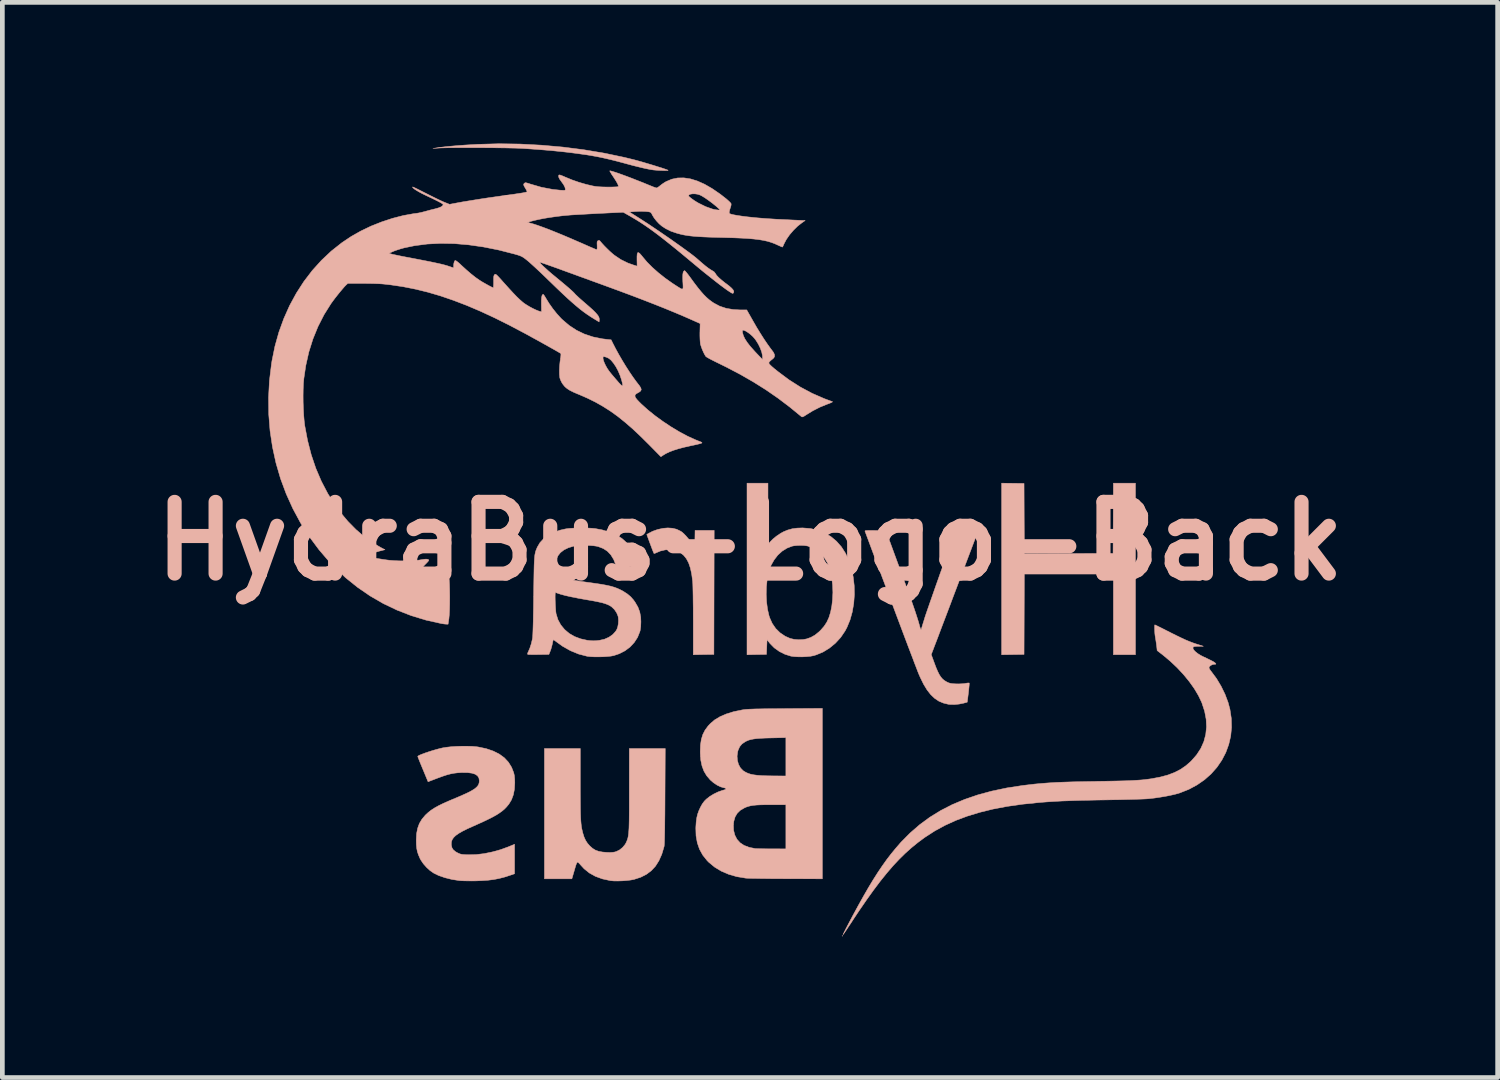
<source format=kicad_pcb>
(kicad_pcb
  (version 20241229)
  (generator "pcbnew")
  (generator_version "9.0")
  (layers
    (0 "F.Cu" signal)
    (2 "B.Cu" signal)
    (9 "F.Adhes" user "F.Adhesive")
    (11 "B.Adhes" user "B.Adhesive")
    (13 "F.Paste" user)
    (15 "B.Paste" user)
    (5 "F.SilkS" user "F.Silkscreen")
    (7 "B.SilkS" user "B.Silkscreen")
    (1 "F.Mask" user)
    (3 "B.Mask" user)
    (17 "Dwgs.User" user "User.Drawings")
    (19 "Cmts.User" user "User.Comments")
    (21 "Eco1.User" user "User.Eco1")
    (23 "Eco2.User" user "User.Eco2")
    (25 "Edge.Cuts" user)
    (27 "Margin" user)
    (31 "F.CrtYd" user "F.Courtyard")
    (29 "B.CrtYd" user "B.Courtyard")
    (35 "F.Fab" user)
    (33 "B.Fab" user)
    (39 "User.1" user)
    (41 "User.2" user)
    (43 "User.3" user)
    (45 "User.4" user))
  (footprint "HydraBus-Logo-Back"
    (layer "F.Cu")
    (at 12.889 8.45)
    (property "Reference" "HydraBus-Logo-Back" (at 0 0 0) (layer "B.SilkS") (effects (font (size 1.524 1.524) (thickness 0.3))))
    (attr through_hole)
    (fp_poly (pts (xy 1.968 8.388) (xy 1.962 8.395) (xy 1.956 8.388) (xy 1.962 8.382) (xy 1.968 8.388)) (stroke (width 0.01) (type solid)) (fill yes) (layer "B.SilkS"))
    (fp_poly (pts (xy 5.585 -1.229) (xy 5.823 -1.226) (xy 5.826 -0.479) (xy 5.83 0.267) (xy 6.772 0.264) (xy 7.715 0.26) (xy 7.719 -0.486) (xy 7.722 -1.232) (xy 8.191 -1.232) (xy 8.191 2.413) (xy 7.722 2.413) (xy 7.722 0.699) (xy 5.829 0.699) (xy 5.823 2.407) (xy 5.347 2.414) (xy 5.347 -1.232) (xy 5.585 -1.229)) (stroke (width 0.01) (type solid)) (fill yes) (layer "B.SilkS"))
    (fp_poly (pts (xy -1.646 -0.274) (xy -1.561 -0.253) (xy -1.482 -0.215) (xy -1.451 -0.196) (xy -1.408 -0.159) (xy -1.357 -0.106) (xy -1.304 -0.043) (xy -1.255 0.023) (xy -1.213 0.087) (xy -1.203 0.106) (xy -1.175 0.159) (xy -1.171 -0.035) (xy -1.168 -0.229) (xy -0.762 -0.229) (xy -0.768 2.407) (xy -0.987 2.41) (xy -1.206 2.414) (xy -1.206 1.697) (xy -1.207 1.554) (xy -1.207 1.416) (xy -1.209 1.286) (xy -1.21 1.168) (xy -1.212 1.064) (xy -1.214 0.976) (xy -1.216 0.907) (xy -1.219 0.86) (xy -1.22 0.849) (xy -1.24 0.698) (xy -1.268 0.57) (xy -1.305 0.462) (xy -1.352 0.373) (xy -1.41 0.301) (xy -1.48 0.245) (xy -1.534 0.214) (xy -1.614 0.188) (xy -1.706 0.179) (xy -1.805 0.186) (xy -1.903 0.209) (xy -1.985 0.243) (xy -2.016 0.257) (xy -2.037 0.263) (xy -2.041 0.262) (xy -2.047 0.249) (xy -2.061 0.216) (xy -2.08 0.167) (xy -2.103 0.106) (xy -2.121 0.058) (xy -2.194 -0.141) (xy -2.167 -0.159) (xy -2.072 -0.209) (xy -1.962 -0.248) (xy -1.846 -0.273) (xy -1.746 -0.281) (xy -1.646 -0.274)) (stroke (width 0.01) (type solid)) (fill yes) (layer "B.SilkS"))
    (fp_poly (pts (xy -4.888 -8.439) (xy -4.434 -8.415) (xy -3.981 -8.375) (xy -3.534 -8.318) (xy -3.096 -8.245) (xy -2.673 -8.156) (xy -2.457 -8.103) (xy -2.387 -8.084) (xy -2.308 -8.062) (xy -2.223 -8.037) (xy -2.136 -8.011) (xy -2.049 -7.985) (xy -1.967 -7.959) (xy -1.892 -7.936) (xy -1.829 -7.915) (xy -1.78 -7.898) (xy -1.749 -7.886) (xy -1.74 -7.88) (xy -1.752 -7.877) (xy -1.783 -7.875) (xy -1.829 -7.875) (xy -1.883 -7.877) (xy -1.94 -7.879) (xy -1.995 -7.883) (xy -2.042 -7.887) (xy -2.045 -7.887) (xy -2.107 -7.896) (xy -2.179 -7.91) (xy -2.263 -7.928) (xy -2.363 -7.952) (xy -2.481 -7.981) (xy -2.619 -8.018) (xy -2.669 -8.032) (xy -2.819 -8.072) (xy -2.95 -8.105) (xy -3.068 -8.133) (xy -3.178 -8.157) (xy -3.287 -8.178) (xy -3.399 -8.198) (xy -3.473 -8.21) (xy -3.71 -8.243) (xy -3.958 -8.273) (xy -4.22 -8.3) (xy -4.501 -8.323) (xy -4.803 -8.344) (xy -4.839 -8.346) (xy -4.902 -8.349) (xy -4.987 -8.352) (xy -5.09 -8.354) (xy -5.207 -8.357) (xy -5.336 -8.358) (xy -5.473 -8.36) (xy -5.615 -8.361) (xy -5.76 -8.362) (xy -5.904 -8.362) (xy -6.043 -8.362) (xy -6.175 -8.362) (xy -6.297 -8.361) (xy -6.406 -8.36) (xy -6.497 -8.358) (xy -6.569 -8.356) (xy -6.61 -8.354) (xy -6.737 -8.346) (xy -6.623 -8.363) (xy -6.54 -8.374) (xy -6.436 -8.386) (xy -6.316 -8.397) (xy -6.185 -8.408) (xy -6.047 -8.418) (xy -5.907 -8.426) (xy -5.785 -8.433) (xy -5.34 -8.445) (xy -4.888 -8.439)) (stroke (width 0.01) (type solid)) (fill yes) (layer "B.SilkS"))
    (fp_poly (pts (xy -3.607 5.147) (xy -3.607 5.32) (xy -3.606 5.47) (xy -3.605 5.599) (xy -3.604 5.71) (xy -3.602 5.803) (xy -3.599 5.883) (xy -3.595 5.95) (xy -3.59 6.008) (xy -3.584 6.058) (xy -3.577 6.102) (xy -3.568 6.143) (xy -3.558 6.184) (xy -3.556 6.195) (xy -3.528 6.285) (xy -3.496 6.356) (xy -3.457 6.417) (xy -3.407 6.475) (xy -3.404 6.478) (xy -3.345 6.53) (xy -3.285 6.567) (xy -3.216 6.592) (xy -3.134 6.607) (xy -3.046 6.614) (xy -2.975 6.616) (xy -2.922 6.613) (xy -2.879 6.607) (xy -2.843 6.597) (xy -2.772 6.562) (xy -2.707 6.509) (xy -2.653 6.444) (xy -2.629 6.399) (xy -2.617 6.371) (xy -2.607 6.344) (xy -2.598 6.316) (xy -2.591 6.286) (xy -2.585 6.251) (xy -2.58 6.209) (xy -2.576 6.159) (xy -2.572 6.098) (xy -2.57 6.025) (xy -2.568 5.937) (xy -2.567 5.833) (xy -2.566 5.711) (xy -2.566 5.568) (xy -2.566 5.403) (xy -2.566 5.286) (xy -2.565 4.407) (xy -1.802 4.407) (xy -1.807 5.42) (xy -1.808 5.621) (xy -1.809 5.799) (xy -1.811 5.953) (xy -1.812 6.086) (xy -1.814 6.198) (xy -1.816 6.29) (xy -1.818 6.365) (xy -1.82 6.422) (xy -1.823 6.463) (xy -1.826 6.489) (xy -1.828 6.496) (xy -1.875 6.654) (xy -1.936 6.791) (xy -2.009 6.907) (xy -2.098 7.003) (xy -2.202 7.081) (xy -2.322 7.142) (xy -2.46 7.187) (xy -2.466 7.189) (xy -2.536 7.202) (xy -2.621 7.212) (xy -2.714 7.219) (xy -2.808 7.222) (xy -2.894 7.221) (xy -2.964 7.215) (xy -2.974 7.213) (xy -3.139 7.177) (xy -3.287 7.123) (xy -3.416 7.051) (xy -3.527 6.961) (xy -3.595 6.887) (xy -3.625 6.853) (xy -3.65 6.829) (xy -3.666 6.82) (xy -3.677 6.831) (xy -3.692 6.862) (xy -3.707 6.906) (xy -3.708 6.909) (xy -3.726 6.971) (xy -3.746 7.04) (xy -3.76 7.087) (xy -3.786 7.176) (xy -4.369 7.176) (xy -4.369 4.407) (xy -3.607 4.407) (xy -3.607 5.147)) (stroke (width 0.01) (type solid)) (fill yes) (layer "B.SilkS"))
    (fp_poly (pts (xy 0.381 -0.581) (xy 0.381 0.07) (xy 0.427 0.016) (xy 0.487 -0.045) (xy 0.563 -0.107) (xy 0.648 -0.164) (xy 0.711 -0.199) (xy 0.803 -0.237) (xy 0.897 -0.263) (xy 1 -0.277) (xy 1.117 -0.281) (xy 1.283 -0.268) (xy 1.44 -0.233) (xy 1.585 -0.176) (xy 1.718 -0.097) (xy 1.837 0.002) (xy 1.942 0.121) (xy 2.03 0.259) (xy 2.095 0.399) (xy 2.153 0.574) (xy 2.192 0.757) (xy 2.214 0.945) (xy 2.218 1.135) (xy 2.204 1.323) (xy 2.173 1.504) (xy 2.125 1.675) (xy 2.06 1.833) (xy 2.019 1.91) (xy 1.926 2.047) (xy 1.815 2.168) (xy 1.69 2.271) (xy 1.554 2.355) (xy 1.408 2.416) (xy 1.353 2.433) (xy 1.286 2.446) (xy 1.203 2.454) (xy 1.112 2.459) (xy 1.02 2.458) (xy 0.937 2.453) (xy 0.87 2.444) (xy 0.742 2.404) (xy 0.622 2.344) (xy 0.515 2.267) (xy 0.426 2.177) (xy 0.412 2.159) (xy 0.362 2.094) (xy 0.349 2.407) (xy 0.143 2.41) (xy -0.064 2.414) (xy -0.064 1.133) (xy 0.344 1.133) (xy 0.352 1.294) (xy 0.372 1.448) (xy 0.404 1.587) (xy 0.419 1.631) (xy 0.473 1.751) (xy 0.547 1.858) (xy 0.639 1.948) (xy 0.745 2.02) (xy 0.851 2.067) (xy 0.936 2.087) (xy 1.032 2.095) (xy 1.128 2.091) (xy 1.2 2.078) (xy 1.294 2.045) (xy 1.382 1.995) (xy 1.468 1.925) (xy 1.5 1.894) (xy 1.573 1.811) (xy 1.631 1.723) (xy 1.677 1.623) (xy 1.712 1.51) (xy 1.738 1.38) (xy 1.753 1.249) (xy 1.761 1.09) (xy 1.755 0.932) (xy 1.736 0.778) (xy 1.706 0.636) (xy 1.665 0.509) (xy 1.642 0.458) (xy 1.585 0.362) (xy 1.51 0.275) (xy 1.423 0.201) (xy 1.328 0.143) (xy 1.231 0.106) (xy 1.218 0.102) (xy 1.157 0.093) (xy 1.082 0.09) (xy 1.004 0.092) (xy 0.933 0.099) (xy 0.893 0.107) (xy 0.784 0.149) (xy 0.682 0.213) (xy 0.59 0.297) (xy 0.512 0.398) (xy 0.447 0.513) (xy 0.401 0.641) (xy 0.395 0.663) (xy 0.365 0.811) (xy 0.348 0.97) (xy 0.344 1.133) (xy -0.064 1.133) (xy -0.064 -1.232) (xy 0.381 -1.232) (xy 0.381 -0.581)) (stroke (width 0.01) (type solid)) (fill yes) (layer "B.SilkS"))
    (fp_poly (pts (xy 2.592 -0.227) (xy 2.661 -0.226) (xy 2.886 -0.222) (xy 3.17 0.552) (xy 3.24 0.744) (xy 3.302 0.913) (xy 3.357 1.063) (xy 3.404 1.194) (xy 3.445 1.309) (xy 3.48 1.41) (xy 3.51 1.498) (xy 3.535 1.575) (xy 3.557 1.643) (xy 3.576 1.704) (xy 3.592 1.76) (xy 3.6 1.789) (xy 3.613 1.835) (xy 3.625 1.867) (xy 3.634 1.881) (xy 3.636 1.88) (xy 3.642 1.862) (xy 3.654 1.824) (xy 3.67 1.77) (xy 3.69 1.706) (xy 3.707 1.651) (xy 3.718 1.614) (xy 3.737 1.557) (xy 3.762 1.484) (xy 3.793 1.395) (xy 3.828 1.294) (xy 3.867 1.183) (xy 3.909 1.063) (xy 3.953 0.937) (xy 3.999 0.808) (xy 4.045 0.677) (xy 4.092 0.547) (xy 4.137 0.42) (xy 4.181 0.298) (xy 4.222 0.184) (xy 4.259 0.079) (xy 4.293 -0.014) (xy 4.322 -0.092) (xy 4.345 -0.155) (xy 4.362 -0.198) (xy 4.371 -0.221) (xy 4.372 -0.224) (xy 4.386 -0.225) (xy 4.421 -0.226) (xy 4.474 -0.227) (xy 4.539 -0.227) (xy 4.614 -0.226) (xy 4.849 -0.222) (xy 4.38 1.016) (xy 4.315 1.187) (xy 4.253 1.353) (xy 4.193 1.511) (xy 4.136 1.661) (xy 4.083 1.8) (xy 4.035 1.927) (xy 3.993 2.039) (xy 3.956 2.136) (xy 3.925 2.216) (xy 3.902 2.277) (xy 3.887 2.317) (xy 3.881 2.332) (xy 3.851 2.41) (xy 3.911 2.574) (xy 3.951 2.681) (xy 3.987 2.766) (xy 4.021 2.834) (xy 4.055 2.887) (xy 4.091 2.929) (xy 4.131 2.962) (xy 4.177 2.99) (xy 4.185 2.994) (xy 4.221 3.011) (xy 4.259 3.022) (xy 4.305 3.029) (xy 4.369 3.033) (xy 4.373 3.033) (xy 4.439 3.034) (xy 4.505 3.031) (xy 4.56 3.026) (xy 4.574 3.023) (xy 4.615 3.016) (xy 4.646 3.014) (xy 4.658 3.015) (xy 4.659 3.029) (xy 4.657 3.065) (xy 4.652 3.116) (xy 4.646 3.179) (xy 4.641 3.222) (xy 4.616 3.422) (xy 4.539 3.443) (xy 4.446 3.462) (xy 4.348 3.472) (xy 4.257 3.471) (xy 4.216 3.467) (xy 4.11 3.441) (xy 4.012 3.4) (xy 3.923 3.34) (xy 3.84 3.261) (xy 3.762 3.161) (xy 3.688 3.039) (xy 3.617 2.894) (xy 3.596 2.846) (xy 3.583 2.816) (xy 3.562 2.763) (xy 3.534 2.689) (xy 3.498 2.597) (xy 3.457 2.487) (xy 3.409 2.362) (xy 3.356 2.223) (xy 3.299 2.072) (xy 3.238 1.91) (xy 3.174 1.739) (xy 3.107 1.561) (xy 3.038 1.377) (xy 2.993 1.257) (xy 2.924 1.074) (xy 2.858 0.897) (xy 2.794 0.727) (xy 2.735 0.567) (xy 2.679 0.418) (xy 2.627 0.282) (xy 2.581 0.159) (xy 2.541 0.051) (xy 2.507 -0.04) (xy 2.48 -0.113) (xy 2.46 -0.166) (xy 2.448 -0.198) (xy 2.444 -0.207) (xy 2.443 -0.215) (xy 2.447 -0.22) (xy 2.461 -0.224) (xy 2.487 -0.226) (xy 2.53 -0.227) (xy 2.592 -0.227)) (stroke (width 0.01) (type solid)) (fill yes) (layer "B.SilkS"))
    (fp_poly (pts (xy -5.905 4.361) (xy -5.815 4.369) (xy -5.777 4.374) (xy -5.606 4.41) (xy -5.457 4.461) (xy -5.329 4.525) (xy -5.221 4.604) (xy -5.134 4.698) (xy -5.067 4.806) (xy -5.022 4.921) (xy -5.008 4.983) (xy -5.001 5.058) (xy -4.999 5.137) (xy -5.007 5.273) (xy -5.03 5.391) (xy -5.069 5.496) (xy -5.126 5.59) (xy -5.178 5.652) (xy -5.221 5.696) (xy -5.27 5.737) (xy -5.327 5.778) (xy -5.394 5.821) (xy -5.474 5.865) (xy -5.569 5.913) (xy -5.682 5.967) (xy -5.816 6.027) (xy -5.885 6.058) (xy -6.01 6.114) (xy -6.112 6.165) (xy -6.193 6.212) (xy -6.255 6.256) (xy -6.3 6.3) (xy -6.329 6.343) (xy -6.345 6.389) (xy -6.348 6.439) (xy -6.347 6.461) (xy -6.334 6.516) (xy -6.306 6.56) (xy -6.261 6.598) (xy -6.217 6.623) (xy -6.183 6.639) (xy -6.153 6.65) (xy -6.12 6.657) (xy -6.078 6.661) (xy -6.02 6.664) (xy -5.98 6.665) (xy -5.823 6.661) (xy -5.653 6.641) (xy -5.477 6.605) (xy -5.3 6.556) (xy -5.127 6.493) (xy -5.124 6.491) (xy -5.004 6.442) (xy -5.004 7.068) (xy -5.102 7.102) (xy -5.22 7.14) (xy -5.333 7.169) (xy -5.447 7.191) (xy -5.568 7.206) (xy -5.703 7.215) (xy -5.829 7.22) (xy -5.914 7.221) (xy -5.998 7.22) (xy -6.075 7.219) (xy -6.139 7.216) (xy -6.179 7.213) (xy -6.335 7.189) (xy -6.483 7.152) (xy -6.617 7.106) (xy -6.718 7.057) (xy -6.796 7.004) (xy -6.872 6.935) (xy -6.941 6.857) (xy -6.996 6.776) (xy -7.013 6.744) (xy -7.046 6.668) (xy -7.069 6.6) (xy -7.083 6.53) (xy -7.091 6.451) (xy -7.093 6.355) (xy -7.093 6.35) (xy -7.086 6.217) (xy -7.064 6.103) (xy -7.027 6.001) (xy -6.973 5.91) (xy -6.9 5.823) (xy -6.899 5.822) (xy -6.842 5.769) (xy -6.779 5.719) (xy -6.706 5.671) (xy -6.62 5.623) (xy -6.518 5.573) (xy -6.396 5.519) (xy -6.323 5.488) (xy -6.189 5.432) (xy -6.078 5.383) (xy -5.987 5.341) (xy -5.914 5.302) (xy -5.857 5.267) (xy -5.815 5.233) (xy -5.785 5.2) (xy -5.766 5.167) (xy -5.756 5.131) (xy -5.753 5.091) (xy -5.753 5.089) (xy -5.762 5.032) (xy -5.791 4.987) (xy -5.84 4.953) (xy -5.909 4.931) (xy -6.001 4.919) (xy -6.114 4.918) (xy -6.133 4.918) (xy -6.215 4.923) (xy -6.29 4.932) (xy -6.363 4.946) (xy -6.439 4.966) (xy -6.525 4.994) (xy -6.627 5.031) (xy -6.669 5.047) (xy -6.842 5.113) (xy -6.951 4.85) (xy -6.983 4.773) (xy -7.011 4.705) (xy -7.034 4.647) (xy -7.051 4.604) (xy -7.06 4.579) (xy -7.061 4.575) (xy -7.05 4.563) (xy -7.017 4.546) (xy -6.968 4.526) (xy -6.905 4.502) (xy -6.833 4.478) (xy -6.755 4.453) (xy -6.676 4.43) (xy -6.598 4.409) (xy -6.53 4.393) (xy -6.449 4.38) (xy -6.35 4.369) (xy -6.24 4.362) (xy -6.124 4.358) (xy -6.01 4.358) (xy -5.905 4.361)) (stroke (width 0.01) (type solid)) (fill yes) (layer "B.SilkS"))
    (fp_poly (pts (xy 1.537 7.176) (xy 0.772 7.174) (xy 0.631 7.173) (xy 0.495 7.173) (xy 0.367 7.171) (xy 0.25 7.17) (xy 0.144 7.168) (xy 0.054 7.167) (xy -0.017 7.165) (xy -0.069 7.163) (xy -0.095 7.161) (xy -0.281 7.13) (xy -0.454 7.08) (xy -0.612 7.012) (xy -0.754 6.926) (xy -0.878 6.823) (xy -0.913 6.787) (xy -1.004 6.673) (xy -1.073 6.548) (xy -1.12 6.412) (xy -1.147 6.263) (xy -1.152 6.099) (xy -1.151 6.071) (xy -1.148 6.028) (xy -0.353 6.028) (xy -0.349 6.144) (xy -0.323 6.247) (xy -0.278 6.335) (xy -0.212 6.409) (xy -0.128 6.465) (xy -0.027 6.504) (xy 0.013 6.514) (xy 0.056 6.522) (xy 0.093 6.53) (xy 0.108 6.533) (xy 0.127 6.534) (xy 0.168 6.535) (xy 0.227 6.537) (xy 0.3 6.538) (xy 0.383 6.539) (xy 0.448 6.539) (xy 0.762 6.54) (xy 0.762 5.601) (xy 0.441 5.601) (xy 0.319 5.602) (xy 0.219 5.604) (xy 0.137 5.608) (xy 0.069 5.615) (xy 0.012 5.624) (xy -0.038 5.637) (xy -0.085 5.653) (xy -0.12 5.669) (xy -0.206 5.719) (xy -0.271 5.782) (xy -0.317 5.859) (xy -0.344 5.952) (xy -0.353 6.028) (xy -1.148 6.028) (xy -1.144 5.967) (xy -1.132 5.88) (xy -1.114 5.803) (xy -1.087 5.728) (xy -1.054 5.656) (xy -1.014 5.584) (xy -0.97 5.525) (xy -0.927 5.482) (xy -0.856 5.426) (xy -0.771 5.374) (xy -0.68 5.33) (xy -0.593 5.299) (xy -0.575 5.294) (xy -0.531 5.281) (xy -0.511 5.267) (xy -0.515 5.254) (xy -0.543 5.243) (xy -0.556 5.241) (xy -0.625 5.221) (xy -0.701 5.184) (xy -0.776 5.134) (xy -0.843 5.076) (xy -0.845 5.074) (xy -0.921 4.985) (xy -0.979 4.888) (xy -1.02 4.779) (xy -1.046 4.657) (xy -1.053 4.568) (xy -0.275 4.568) (xy -0.268 4.66) (xy -0.244 4.746) (xy -0.203 4.82) (xy -0.147 4.878) (xy -0.134 4.886) (xy -0.09 4.913) (xy -0.041 4.935) (xy 0.014 4.953) (xy 0.078 4.966) (xy 0.156 4.976) (xy 0.249 4.983) (xy 0.361 4.987) (xy 0.495 4.989) (xy 0.511 4.989) (xy 0.762 4.991) (xy 0.762 4.175) (xy 0.448 4.182) (xy 0.325 4.185) (xy 0.224 4.19) (xy 0.141 4.196) (xy 0.073 4.205) (xy 0.017 4.216) (xy -0.032 4.23) (xy -0.076 4.249) (xy -0.104 4.263) (xy -0.171 4.31) (xy -0.219 4.367) (xy -0.252 4.44) (xy -0.262 4.474) (xy -0.275 4.568) (xy -1.053 4.568) (xy -1.057 4.516) (xy -1.058 4.47) (xy -1.053 4.333) (xy -1.035 4.214) (xy -1.003 4.109) (xy -0.955 4.015) (xy -0.89 3.927) (xy -0.846 3.88) (xy -0.752 3.799) (xy -0.639 3.731) (xy -0.506 3.673) (xy -0.351 3.625) (xy -0.175 3.588) (xy -0.163 3.586) (xy -0.132 3.581) (xy -0.098 3.577) (xy -0.059 3.574) (xy -0.012 3.571) (xy 0.045 3.569) (xy 0.114 3.566) (xy 0.196 3.565) (xy 0.295 3.563) (xy 0.412 3.562) (xy 0.55 3.561) (xy 0.711 3.56) (xy 0.752 3.559) (xy 1.537 3.554) (xy 1.537 7.176)) (stroke (width 0.01) (type solid)) (fill yes) (layer "B.SilkS"))
    (fp_poly (pts (xy 8.616 1.784) (xy 8.648 1.799) (xy 8.698 1.824) (xy 8.761 1.855) (xy 8.835 1.893) (xy 8.918 1.934) (xy 8.944 1.948) (xy 9.065 2.008) (xy 9.168 2.058) (xy 9.257 2.099) (xy 9.336 2.132) (xy 9.409 2.16) (xy 9.455 2.176) (xy 9.633 2.234) (xy 9.542 2.235) (xy 9.494 2.236) (xy 9.454 2.239) (xy 9.431 2.243) (xy 9.431 2.243) (xy 9.413 2.259) (xy 9.415 2.285) (xy 9.434 2.317) (xy 9.47 2.354) (xy 9.519 2.392) (xy 9.579 2.429) (xy 9.626 2.453) (xy 9.709 2.492) (xy 9.772 2.523) (xy 9.818 2.546) (xy 9.851 2.564) (xy 9.872 2.578) (xy 9.886 2.59) (xy 9.889 2.593) (xy 9.901 2.608) (xy 9.896 2.615) (xy 9.87 2.616) (xy 9.865 2.616) (xy 9.825 2.624) (xy 9.788 2.643) (xy 9.761 2.668) (xy 9.754 2.69) (xy 9.761 2.711) (xy 9.781 2.743) (xy 9.805 2.774) (xy 9.914 2.921) (xy 10.011 3.083) (xy 10.094 3.253) (xy 10.159 3.426) (xy 10.199 3.575) (xy 10.228 3.768) (xy 10.233 3.958) (xy 10.215 4.143) (xy 10.173 4.322) (xy 10.11 4.494) (xy 10.026 4.655) (xy 9.922 4.807) (xy 9.799 4.946) (xy 9.658 5.071) (xy 9.499 5.181) (xy 9.324 5.275) (xy 9.134 5.35) (xy 9.125 5.353) (xy 9.045 5.376) (xy 8.946 5.399) (xy 8.833 5.422) (xy 8.713 5.442) (xy 8.591 5.46) (xy 8.474 5.473) (xy 8.465 5.474) (xy 8.426 5.477) (xy 8.365 5.48) (xy 8.284 5.483) (xy 8.186 5.486) (xy 8.073 5.489) (xy 7.95 5.492) (xy 7.818 5.495) (xy 7.68 5.497) (xy 7.576 5.499) (xy 7.373 5.502) (xy 7.193 5.506) (xy 7.032 5.509) (xy 6.888 5.513) (xy 6.758 5.518) (xy 6.639 5.522) (xy 6.527 5.528) (xy 6.42 5.534) (xy 6.315 5.541) (xy 6.209 5.549) (xy 6.128 5.556) (xy 5.785 5.591) (xy 5.464 5.637) (xy 5.163 5.694) (xy 4.883 5.763) (xy 4.62 5.843) (xy 4.373 5.935) (xy 4.143 6.04) (xy 3.926 6.158) (xy 3.722 6.29) (xy 3.705 6.302) (xy 3.566 6.405) (xy 3.431 6.515) (xy 3.299 6.633) (xy 3.168 6.762) (xy 3.037 6.902) (xy 2.904 7.057) (xy 2.768 7.226) (xy 2.627 7.413) (xy 2.48 7.618) (xy 2.325 7.843) (xy 2.203 8.026) (xy 2.15 8.108) (xy 2.1 8.182) (xy 2.057 8.248) (xy 2.021 8.301) (xy 1.995 8.339) (xy 1.98 8.36) (xy 1.978 8.363) (xy 1.979 8.357) (xy 1.99 8.332) (xy 2.01 8.292) (xy 2.036 8.24) (xy 2.051 8.211) (xy 2.179 7.968) (xy 2.299 7.747) (xy 2.411 7.546) (xy 2.517 7.362) (xy 2.618 7.195) (xy 2.716 7.041) (xy 2.811 6.9) (xy 2.904 6.769) (xy 2.998 6.647) (xy 3.093 6.531) (xy 3.19 6.419) (xy 3.212 6.394) (xy 3.402 6.202) (xy 3.604 6.027) (xy 3.82 5.868) (xy 4.05 5.726) (xy 4.297 5.599) (xy 4.559 5.489) (xy 4.839 5.393) (xy 5.137 5.312) (xy 5.455 5.245) (xy 5.792 5.193) (xy 6.045 5.163) (xy 6.142 5.154) (xy 6.235 5.146) (xy 6.326 5.139) (xy 6.419 5.133) (xy 6.517 5.127) (xy 6.622 5.123) (xy 6.738 5.119) (xy 6.867 5.115) (xy 7.013 5.112) (xy 7.178 5.109) (xy 7.365 5.106) (xy 7.372 5.105) (xy 7.556 5.102) (xy 7.716 5.099) (xy 7.856 5.096) (xy 7.977 5.093) (xy 8.083 5.089) (xy 8.175 5.084) (xy 8.256 5.079) (xy 8.328 5.074) (xy 8.394 5.067) (xy 8.456 5.059) (xy 8.517 5.051) (xy 8.541 5.047) (xy 8.72 5.013) (xy 8.879 4.97) (xy 9.019 4.917) (xy 9.145 4.853) (xy 9.259 4.775) (xy 9.364 4.684) (xy 9.38 4.668) (xy 9.492 4.54) (xy 9.581 4.403) (xy 9.645 4.258) (xy 9.685 4.106) (xy 9.701 3.948) (xy 9.693 3.784) (xy 9.661 3.615) (xy 9.604 3.441) (xy 9.597 3.423) (xy 9.529 3.281) (xy 9.441 3.133) (xy 9.334 2.983) (xy 9.212 2.834) (xy 9.077 2.689) (xy 8.932 2.552) (xy 8.793 2.435) (xy 8.652 2.325) (xy 8.643 2.239) (xy 8.635 2.179) (xy 8.625 2.111) (xy 8.616 2.059) (xy 8.609 2.015) (xy 8.603 1.962) (xy 8.6 1.907) (xy 8.598 1.855) (xy 8.598 1.813) (xy 8.6 1.785) (xy 8.604 1.778) (xy 8.616 1.784)) (stroke (width 0.01) (type solid)) (fill yes) (layer "B.SilkS"))
    (fp_poly (pts (xy -3.455 -0.279) (xy -3.364 -0.274) (xy -3.291 -0.267) (xy -3.138 -0.238) (xy -2.993 -0.194) (xy -2.859 -0.137) (xy -2.742 -0.07) (xy -2.713 -0.049) (xy -2.626 0.03) (xy -2.548 0.131) (xy -2.482 0.248) (xy -2.43 0.379) (xy -2.415 0.429) (xy -2.389 0.521) (xy -2.417 0.527) (xy -2.441 0.531) (xy -2.483 0.537) (xy -2.536 0.545) (xy -2.597 0.553) (xy -2.659 0.562) (xy -2.718 0.569) (xy -2.769 0.576) (xy -2.806 0.58) (xy -2.825 0.581) (xy -2.826 0.581) (xy -2.831 0.568) (xy -2.841 0.538) (xy -2.851 0.508) (xy -2.898 0.389) (xy -2.958 0.291) (xy -3.031 0.214) (xy -3.118 0.157) (xy -3.222 0.117) (xy -3.262 0.107) (xy -3.326 0.098) (xy -3.407 0.092) (xy -3.497 0.09) (xy -3.588 0.091) (xy -3.671 0.097) (xy -3.739 0.105) (xy -3.749 0.107) (xy -3.86 0.14) (xy -3.954 0.186) (xy -4.029 0.244) (xy -4.083 0.313) (xy -4.094 0.334) (xy -4.113 0.384) (xy -4.129 0.445) (xy -4.141 0.512) (xy -4.15 0.578) (xy -4.153 0.64) (xy -4.151 0.69) (xy -4.144 0.724) (xy -4.137 0.734) (xy -4.111 0.747) (xy -4.062 0.763) (xy -3.994 0.78) (xy -3.909 0.799) (xy -3.81 0.818) (xy -3.699 0.838) (xy -3.581 0.857) (xy -3.457 0.875) (xy -3.403 0.882) (xy -3.262 0.902) (xy -3.143 0.92) (xy -3.043 0.939) (xy -2.958 0.958) (xy -2.884 0.98) (xy -2.819 1.004) (xy -2.758 1.032) (xy -2.698 1.064) (xy -2.692 1.067) (xy -2.606 1.123) (xy -2.537 1.181) (xy -2.477 1.249) (xy -2.441 1.3) (xy -2.382 1.402) (xy -2.344 1.503) (xy -2.323 1.613) (xy -2.319 1.714) (xy -2.323 1.818) (xy -2.335 1.901) (xy -2.342 1.924) (xy -2.39 2.045) (xy -2.461 2.154) (xy -2.55 2.25) (xy -2.657 2.33) (xy -2.78 2.393) (xy -2.896 2.432) (xy -2.954 2.443) (xy -3.031 2.451) (xy -3.119 2.457) (xy -3.213 2.459) (xy -3.304 2.459) (xy -3.386 2.455) (xy -3.452 2.448) (xy -3.463 2.446) (xy -3.643 2.399) (xy -3.818 2.327) (xy -3.986 2.232) (xy -4.12 2.135) (xy -4.15 2.112) (xy -4.172 2.098) (xy -4.177 2.095) (xy -4.184 2.107) (xy -4.192 2.137) (xy -4.199 2.175) (xy -4.213 2.233) (xy -4.231 2.297) (xy -4.243 2.33) (xy -4.274 2.407) (xy -4.489 2.41) (xy -4.561 2.411) (xy -4.625 2.411) (xy -4.676 2.41) (xy -4.71 2.409) (xy -4.721 2.407) (xy -4.729 2.398) (xy -4.725 2.378) (xy -4.713 2.352) (xy -4.679 2.274) (xy -4.649 2.182) (xy -4.627 2.088) (xy -4.622 2.061) (xy -4.619 2.032) (xy -4.616 1.979) (xy -4.613 1.905) (xy -4.61 1.812) (xy -4.607 1.702) (xy -4.605 1.576) (xy -4.602 1.438) (xy -4.6 1.288) (xy -4.599 1.184) (xy -4.142 1.184) (xy -4.141 1.243) (xy -4.139 1.308) (xy -4.136 1.374) (xy -4.132 1.437) (xy -4.128 1.491) (xy -4.123 1.532) (xy -4.121 1.543) (xy -4.083 1.667) (xy -4.023 1.778) (xy -3.943 1.876) (xy -3.845 1.96) (xy -3.73 2.027) (xy -3.599 2.076) (xy -3.46 2.107) (xy -3.391 2.115) (xy -3.331 2.118) (xy -3.271 2.116) (xy -3.201 2.108) (xy -3.093 2.084) (xy -2.997 2.041) (xy -2.915 1.983) (xy -2.852 1.912) (xy -2.829 1.873) (xy -2.811 1.822) (xy -2.799 1.756) (xy -2.795 1.685) (xy -2.8 1.621) (xy -2.805 1.593) (xy -2.835 1.521) (xy -2.883 1.451) (xy -2.942 1.395) (xy -2.956 1.385) (xy -2.993 1.363) (xy -3.035 1.344) (xy -3.085 1.326) (xy -3.146 1.308) (xy -3.223 1.291) (xy -3.317 1.272) (xy -3.432 1.252) (xy -3.473 1.245) (xy -3.647 1.214) (xy -3.797 1.184) (xy -3.924 1.156) (xy -4.026 1.128) (xy -4.075 1.112) (xy -4.109 1.1) (xy -4.131 1.093) (xy -4.135 1.092) (xy -4.139 1.104) (xy -4.141 1.136) (xy -4.142 1.184) (xy -4.599 1.184) (xy -4.598 1.156) (xy -4.596 0.985) (xy -4.594 0.839) (xy -4.592 0.713) (xy -4.59 0.607) (xy -4.588 0.517) (xy -4.585 0.443) (xy -4.581 0.382) (xy -4.577 0.331) (xy -4.572 0.289) (xy -4.565 0.255) (xy -4.558 0.224) (xy -4.549 0.197) (xy -4.538 0.17) (xy -4.526 0.141) (xy -4.521 0.129) (xy -4.464 0.032) (xy -4.386 -0.053) (xy -4.287 -0.127) (xy -4.169 -0.187) (xy -4.034 -0.234) (xy -3.914 -0.261) (xy -3.845 -0.27) (xy -3.758 -0.276) (xy -3.659 -0.28) (xy -3.556 -0.281) (xy -3.455 -0.279)) (stroke (width 0.01) (type solid)) (fill yes) (layer "B.SilkS"))
    (fp_poly (pts (xy -2.965 -7.869) (xy -2.929 -7.859) (xy -2.873 -7.842) (xy -2.801 -7.818) (xy -2.715 -7.787) (xy -2.617 -7.751) (xy -2.509 -7.71) (xy -2.395 -7.665) (xy -2.275 -7.618) (xy -2.154 -7.568) (xy -2.097 -7.545) (xy -2.05 -7.526) (xy -2.012 -7.513) (xy -1.987 -7.506) (xy -1.985 -7.506) (xy -1.965 -7.514) (xy -1.936 -7.534) (xy -1.911 -7.554) (xy -1.867 -7.588) (xy -1.815 -7.623) (xy -1.782 -7.642) (xy -1.663 -7.692) (xy -1.538 -7.718) (xy -1.406 -7.72) (xy -1.267 -7.699) (xy -1.121 -7.654) (xy -0.968 -7.586) (xy -0.806 -7.493) (xy -0.637 -7.377) (xy -0.506 -7.275) (xy -0.464 -7.238) (xy -0.429 -7.205) (xy -0.407 -7.18) (xy -0.402 -7.17) (xy -0.402 -7.144) (xy -0.41 -7.107) (xy -0.415 -7.094) (xy -0.429 -7.051) (xy -0.439 -7.01) (xy -0.441 -7.002) (xy -0.442 -6.974) (xy -0.431 -6.96) (xy -0.404 -6.949) (xy -0.351 -6.936) (xy -0.274 -6.922) (xy -0.175 -6.907) (xy -0.058 -6.892) (xy 0.077 -6.878) (xy 0.146 -6.871) (xy 0.219 -6.865) (xy 0.293 -6.859) (xy 0.371 -6.853) (xy 0.455 -6.848) (xy 0.548 -6.842) (xy 0.655 -6.837) (xy 0.777 -6.831) (xy 0.918 -6.824) (xy 1.081 -6.817) (xy 1.103 -6.816) (xy 1.172 -6.814) (xy 1.102 -6.765) (xy 1.011 -6.694) (xy 0.922 -6.606) (xy 0.84 -6.51) (xy 0.772 -6.412) (xy 0.728 -6.329) (xy 0.71 -6.29) (xy 0.697 -6.261) (xy 0.691 -6.25) (xy 0.678 -6.253) (xy 0.649 -6.265) (xy 0.607 -6.284) (xy 0.589 -6.292) (xy 0.521 -6.323) (xy 0.45 -6.349) (xy 0.374 -6.372) (xy 0.289 -6.391) (xy 0.195 -6.407) (xy 0.087 -6.42) (xy -0.036 -6.431) (xy -0.176 -6.439) (xy -0.337 -6.446) (xy -0.52 -6.451) (xy -0.552 -6.452) (xy -0.719 -6.456) (xy -0.862 -6.46) (xy -0.986 -6.465) (xy -1.093 -6.471) (xy -1.185 -6.478) (xy -1.266 -6.486) (xy -1.338 -6.496) (xy -1.405 -6.507) (xy -1.468 -6.521) (xy -1.53 -6.537) (xy -1.546 -6.541) (xy -1.679 -6.586) (xy -1.794 -6.643) (xy -1.876 -6.697) (xy -1.934 -6.747) (xy -1.99 -6.807) (xy -2.039 -6.87) (xy -2.075 -6.929) (xy -2.082 -6.944) (xy -2.099 -6.974) (xy -2.118 -6.991) (xy -2.119 -6.991) (xy -2.153 -6.999) (xy -2.206 -7.005) (xy -2.272 -7.008) (xy -2.344 -7.009) (xy -2.417 -7.006) (xy -2.443 -7.005) (xy -2.565 -6.995) (xy -2.353 -6.862) (xy -2.26 -6.802) (xy -2.156 -6.735) (xy -2.045 -6.66) (xy -1.929 -6.582) (xy -1.811 -6.501) (xy -1.693 -6.42) (xy -1.579 -6.339) (xy -1.47 -6.262) (xy -1.371 -6.19) (xy -1.282 -6.125) (xy -1.207 -6.068) (xy -1.149 -6.022) (xy -1.118 -5.995) (xy -1.025 -5.914) (xy -0.948 -5.849) (xy -0.885 -5.801) (xy -0.835 -5.767) (xy -0.805 -5.75) (xy -0.762 -5.722) (xy -0.737 -5.69) (xy -0.736 -5.688) (xy -0.712 -5.651) (xy -0.668 -5.604) (xy -0.604 -5.547) (xy -0.524 -5.483) (xy -0.508 -5.472) (xy -0.439 -5.419) (xy -0.391 -5.376) (xy -0.361 -5.342) (xy -0.346 -5.313) (xy -0.345 -5.294) (xy -0.356 -5.271) (xy -0.369 -5.265) (xy -0.392 -5.274) (xy -0.432 -5.299) (xy -0.489 -5.337) (xy -0.56 -5.389) (xy -0.645 -5.452) (xy -0.74 -5.526) (xy -0.846 -5.61) (xy -0.961 -5.701) (xy -1.082 -5.8) (xy -1.208 -5.905) (xy -1.238 -5.93) (xy -1.41 -6.073) (xy -1.564 -6.2) (xy -1.704 -6.313) (xy -1.831 -6.414) (xy -1.947 -6.504) (xy -2.054 -6.584) (xy -2.154 -6.656) (xy -2.25 -6.722) (xy -2.343 -6.783) (xy -2.435 -6.84) (xy -2.529 -6.895) (xy -2.565 -6.916) (xy -2.694 -6.989) (xy -2.893 -6.98) (xy -2.98 -6.976) (xy -3.079 -6.971) (xy -3.187 -6.966) (xy -3.298 -6.96) (xy -3.41 -6.954) (xy -3.518 -6.948) (xy -3.618 -6.942) (xy -3.707 -6.937) (xy -3.781 -6.933) (xy -3.835 -6.929) (xy -3.854 -6.927) (xy -3.986 -6.915) (xy -4.122 -6.898) (xy -4.256 -6.879) (xy -4.383 -6.858) (xy -4.499 -6.835) (xy -4.598 -6.812) (xy -4.655 -6.797) (xy -4.731 -6.773) (xy -4.686 -6.763) (xy -4.615 -6.744) (xy -4.522 -6.714) (xy -4.41 -6.674) (xy -4.281 -6.626) (xy -4.137 -6.568) (xy -3.978 -6.503) (xy -3.808 -6.431) (xy -3.627 -6.352) (xy -3.609 -6.345) (xy -3.523 -6.307) (xy -3.444 -6.272) (xy -3.375 -6.242) (xy -3.32 -6.219) (xy -3.281 -6.202) (xy -3.261 -6.195) (xy -3.26 -6.194) (xy -3.252 -6.201) (xy -3.248 -6.227) (xy -3.249 -6.275) (xy -3.249 -6.282) (xy -3.251 -6.331) (xy -3.249 -6.36) (xy -3.242 -6.376) (xy -3.229 -6.386) (xy -3.228 -6.387) (xy -3.209 -6.392) (xy -3.192 -6.383) (xy -3.172 -6.359) (xy -3.138 -6.32) (xy -3.091 -6.269) (xy -3.036 -6.214) (xy -2.979 -6.159) (xy -2.925 -6.111) (xy -2.881 -6.075) (xy -2.744 -5.983) (xy -2.593 -5.909) (xy -2.473 -5.867) (xy -2.399 -5.844) (xy -2.402 -5.974) (xy -2.402 -6.049) (xy -2.398 -6.101) (xy -2.388 -6.129) (xy -2.371 -6.133) (xy -2.345 -6.115) (xy -2.31 -6.076) (xy -2.281 -6.04) (xy -2.189 -5.931) (xy -2.076 -5.817) (xy -1.947 -5.703) (xy -1.806 -5.591) (xy -1.657 -5.485) (xy -1.584 -5.437) (xy -1.52 -5.396) (xy -1.475 -5.369) (xy -1.446 -5.356) (xy -1.429 -5.361) (xy -1.423 -5.384) (xy -1.423 -5.426) (xy -1.426 -5.49) (xy -1.428 -5.513) (xy -1.43 -5.598) (xy -1.429 -5.661) (xy -1.423 -5.705) (xy -1.412 -5.733) (xy -1.395 -5.747) (xy -1.391 -5.749) (xy -1.379 -5.74) (xy -1.356 -5.714) (xy -1.324 -5.675) (xy -1.287 -5.626) (xy -1.271 -5.604) (xy -1.185 -5.486) (xy -1.11 -5.388) (xy -1.043 -5.306) (xy -0.982 -5.237) (xy -0.925 -5.18) (xy -0.868 -5.13) (xy -0.81 -5.087) (xy -0.767 -5.058) (xy -0.644 -4.993) (xy -0.508 -4.948) (xy -0.357 -4.922) (xy -0.213 -4.914) (xy -0.07 -4.914) (xy 0.057 -4.69) (xy 0.138 -4.549) (xy 0.218 -4.418) (xy 0.295 -4.297) (xy 0.366 -4.192) (xy 0.429 -4.104) (xy 0.452 -4.074) (xy 0.496 -4.015) (xy 0.519 -3.967) (xy 0.522 -3.928) (xy 0.506 -3.895) (xy 0.471 -3.864) (xy 0.438 -3.838) (xy 0.413 -3.813) (xy 0.407 -3.805) (xy 0.401 -3.793) (xy 0.402 -3.779) (xy 0.412 -3.762) (xy 0.434 -3.739) (xy 0.468 -3.707) (xy 0.517 -3.665) (xy 0.585 -3.611) (xy 0.597 -3.601) (xy 0.829 -3.428) (xy 1.071 -3.274) (xy 1.32 -3.141) (xy 1.572 -3.031) (xy 1.632 -3.008) (xy 1.681 -2.99) (xy 1.722 -2.975) (xy 1.748 -2.966) (xy 1.753 -2.964) (xy 1.749 -2.957) (xy 1.726 -2.944) (xy 1.685 -2.927) (xy 1.636 -2.909) (xy 1.484 -2.847) (xy 1.33 -2.768) (xy 1.195 -2.685) (xy 1.152 -2.657) (xy 1.124 -2.643) (xy 1.106 -2.64) (xy 1.093 -2.646) (xy 1.093 -2.646) (xy 0.844 -2.85) (xy 0.594 -3.039) (xy 0.338 -3.216) (xy 0.072 -3.383) (xy -0.208 -3.544) (xy -0.508 -3.701) (xy -0.658 -3.775) (xy -0.734 -3.812) (xy -0.803 -3.847) (xy -0.861 -3.877) (xy -0.905 -3.902) (xy -0.931 -3.918) (xy -0.937 -3.922) (xy -0.961 -3.959) (xy -0.988 -4.012) (xy -1.015 -4.073) (xy -1.037 -4.133) (xy -1.053 -4.184) (xy -1.055 -4.195) (xy -1.059 -4.235) (xy -1.063 -4.294) (xy -1.065 -4.363) (xy -1.065 -4.436) (xy -1.064 -4.446) (xy -1.064 -4.466) (xy -0.163 -4.466) (xy -0.16 -4.435) (xy -0.142 -4.369) (xy -0.109 -4.299) (xy -0.059 -4.222) (xy 0.008 -4.136) (xy 0.095 -4.039) (xy 0.1 -4.033) (xy 0.151 -3.979) (xy 0.196 -3.932) (xy 0.232 -3.895) (xy 0.256 -3.87) (xy 0.265 -3.862) (xy 0.267 -3.873) (xy 0.266 -3.903) (xy 0.264 -3.942) (xy 0.249 -4.016) (xy 0.219 -4.099) (xy 0.177 -4.186) (xy 0.124 -4.271) (xy 0.095 -4.309) (xy 0.057 -4.351) (xy 0.01 -4.394) (xy -0.04 -4.432) (xy -0.087 -4.462) (xy -0.126 -4.48) (xy -0.143 -4.483) (xy -0.159 -4.48) (xy -0.163 -4.466) (xy -1.064 -4.466) (xy -1.06 -4.624) (xy -1.232 -4.701) (xy -1.405 -4.777) (xy -1.592 -4.856) (xy -1.793 -4.939) (xy -2.011 -5.026) (xy -2.247 -5.118) (xy -2.501 -5.215) (xy -2.777 -5.318) (xy -3.074 -5.427) (xy -3.219 -5.48) (xy -3.349 -5.527) (xy -3.485 -5.577) (xy -3.621 -5.626) (xy -3.754 -5.675) (xy -3.879 -5.72) (xy -3.991 -5.761) (xy -4.086 -5.796) (xy -4.126 -5.81) (xy -4.213 -5.841) (xy -4.292 -5.869) (xy -4.36 -5.893) (xy -4.414 -5.911) (xy -4.45 -5.922) (xy -4.467 -5.926) (xy -4.467 -5.925) (xy -4.462 -5.913) (xy -4.44 -5.887) (xy -4.401 -5.848) (xy -4.348 -5.8) (xy -4.284 -5.742) (xy -4.21 -5.678) (xy -4.127 -5.61) (xy -4.112 -5.597) (xy -4.006 -5.51) (xy -3.919 -5.437) (xy -3.85 -5.378) (xy -3.796 -5.33) (xy -3.756 -5.293) (xy -3.729 -5.265) (xy -3.721 -5.255) (xy -3.704 -5.237) (xy -3.67 -5.205) (xy -3.624 -5.162) (xy -3.568 -5.113) (xy -3.507 -5.06) (xy -3.495 -5.05) (xy -3.408 -4.974) (xy -3.338 -4.911) (xy -3.286 -4.859) (xy -3.248 -4.816) (xy -3.222 -4.78) (xy -3.208 -4.748) (xy -3.202 -4.718) (xy -3.203 -4.698) (xy -3.207 -4.659) (xy -3.312 -4.723) (xy -3.388 -4.77) (xy -3.463 -4.82) (xy -3.538 -4.874) (xy -3.615 -4.933) (xy -3.697 -5.001) (xy -3.786 -5.078) (xy -3.884 -5.166) (xy -3.992 -5.267) (xy -4.114 -5.383) (xy -4.25 -5.515) (xy -4.26 -5.524) (xy -4.344 -5.606) (xy -4.427 -5.686) (xy -4.507 -5.761) (xy -4.58 -5.829) (xy -4.644 -5.887) (xy -4.695 -5.933) (xy -4.732 -5.964) (xy -4.732 -5.964) (xy -4.781 -6.003) (xy -4.82 -6.031) (xy -4.856 -6.051) (xy -4.895 -6.068) (xy -4.945 -6.084) (xy -5.008 -6.102) (xy -5.34 -6.187) (xy -5.665 -6.252) (xy -5.98 -6.297) (xy -6.285 -6.323) (xy -6.578 -6.328) (xy -6.86 -6.314) (xy -7.128 -6.279) (xy -7.345 -6.234) (xy -7.415 -6.215) (xy -7.485 -6.193) (xy -7.547 -6.172) (xy -7.586 -6.156) (xy -7.673 -6.117) (xy -7.618 -6.101) (xy -7.591 -6.094) (xy -7.543 -6.084) (xy -7.478 -6.07) (xy -7.399 -6.054) (xy -7.311 -6.037) (xy -7.22 -6.02) (xy -7.059 -5.989) (xy -6.921 -5.962) (xy -6.803 -5.939) (xy -6.704 -5.918) (xy -6.62 -5.9) (xy -6.55 -5.884) (xy -6.492 -5.869) (xy -6.443 -5.855) (xy -6.406 -5.843) (xy -6.299 -5.807) (xy -6.299 -5.842) (xy -6.296 -5.892) (xy -6.286 -5.934) (xy -6.272 -5.961) (xy -6.265 -5.965) (xy -6.249 -5.959) (xy -6.218 -5.937) (xy -6.175 -5.901) (xy -6.131 -5.859) (xy -6.03 -5.767) (xy -5.929 -5.68) (xy -5.833 -5.604) (xy -5.746 -5.543) (xy -5.742 -5.541) (xy -5.701 -5.515) (xy -5.651 -5.486) (xy -5.598 -5.456) (xy -5.547 -5.428) (xy -5.503 -5.405) (xy -5.471 -5.39) (xy -5.457 -5.385) (xy -5.453 -5.397) (xy -5.451 -5.428) (xy -5.449 -5.475) (xy -5.449 -5.513) (xy -5.449 -5.576) (xy -5.447 -5.618) (xy -5.441 -5.644) (xy -5.432 -5.66) (xy -5.431 -5.661) (xy -5.422 -5.669) (xy -5.413 -5.672) (xy -5.401 -5.669) (xy -5.384 -5.656) (xy -5.36 -5.633) (xy -5.326 -5.597) (xy -5.28 -5.546) (xy -5.22 -5.478) (xy -5.216 -5.474) (xy -5.116 -5.363) (xy -5.03 -5.27) (xy -4.956 -5.193) (xy -4.891 -5.131) (xy -4.834 -5.081) (xy -4.8 -5.054) (xy -4.748 -5.02) (xy -4.685 -4.982) (xy -4.618 -4.946) (xy -4.553 -4.915) (xy -4.497 -4.892) (xy -4.466 -4.882) (xy -4.431 -4.874) (xy -4.434 -5.031) (xy -4.434 -5.117) (xy -4.429 -5.18) (xy -4.42 -5.221) (xy -4.406 -5.242) (xy -4.395 -5.245) (xy -4.384 -5.235) (xy -4.365 -5.207) (xy -4.341 -5.168) (xy -4.336 -5.159) (xy -4.271 -5.053) (xy -4.192 -4.941) (xy -4.105 -4.832) (xy -4.017 -4.735) (xy -3.99 -4.709) (xy -3.845 -4.585) (xy -3.688 -4.482) (xy -3.52 -4.401) (xy -3.337 -4.34) (xy -3.14 -4.3) (xy -3.034 -4.287) (xy -2.951 -4.278) (xy -2.916 -4.206) (xy -2.858 -4.093) (xy -2.791 -3.971) (xy -2.718 -3.845) (xy -2.642 -3.72) (xy -2.565 -3.6) (xy -2.491 -3.491) (xy -2.423 -3.397) (xy -2.389 -3.353) (xy -2.345 -3.296) (xy -2.32 -3.253) (xy -2.312 -3.22) (xy -2.323 -3.193) (xy -2.351 -3.17) (xy -2.383 -3.152) (xy -2.419 -3.131) (xy -2.44 -3.109) (xy -2.446 -3.084) (xy -2.435 -3.053) (xy -2.407 -3.014) (xy -2.36 -2.964) (xy -2.31 -2.914) (xy -2.171 -2.789) (xy -2.016 -2.664) (xy -1.849 -2.543) (xy -1.676 -2.428) (xy -1.501 -2.323) (xy -1.329 -2.231) (xy -1.164 -2.156) (xy -1.093 -2.127) (xy -1.058 -2.114) (xy -1.033 -2.103) (xy -1.021 -2.094) (xy -1.024 -2.086) (xy -1.043 -2.077) (xy -1.08 -2.067) (xy -1.137 -2.053) (xy -1.216 -2.036) (xy -1.264 -2.026) (xy -1.406 -1.994) (xy -1.526 -1.962) (xy -1.627 -1.93) (xy -1.713 -1.897) (xy -1.787 -1.862) (xy -1.853 -1.822) (xy -1.858 -1.818) (xy -1.894 -1.794) (xy -2.15 -2.054) (xy -2.33 -2.232) (xy -2.498 -2.39) (xy -2.66 -2.53) (xy -2.816 -2.655) (xy -2.971 -2.766) (xy -3.127 -2.865) (xy -3.286 -2.955) (xy -3.452 -3.037) (xy -3.628 -3.114) (xy -3.656 -3.125) (xy -3.752 -3.166) (xy -3.828 -3.204) (xy -3.887 -3.242) (xy -3.934 -3.282) (xy -3.972 -3.328) (xy -3.996 -3.363) (xy -4.019 -3.408) (xy -4.037 -3.453) (xy -4.043 -3.476) (xy -4.05 -3.544) (xy -4.051 -3.627) (xy -4.047 -3.718) (xy -4.038 -3.809) (xy -4.031 -3.857) (xy -4.027 -3.886) (xy -3.124 -3.886) (xy -3.117 -3.847) (xy -3.098 -3.794) (xy -3.07 -3.734) (xy -3.035 -3.672) (xy -3.007 -3.63) (xy -2.984 -3.599) (xy -2.948 -3.554) (xy -2.903 -3.501) (xy -2.855 -3.444) (xy -2.838 -3.425) (xy -2.786 -3.365) (xy -2.747 -3.324) (xy -2.722 -3.304) (xy -2.709 -3.304) (xy -2.707 -3.323) (xy -2.714 -3.363) (xy -2.729 -3.422) (xy -2.73 -3.426) (xy -2.762 -3.522) (xy -2.802 -3.617) (xy -2.849 -3.705) (xy -2.9 -3.781) (xy -2.951 -3.843) (xy -3 -3.884) (xy -3.001 -3.884) (xy -3.041 -3.904) (xy -3.082 -3.917) (xy -3.083 -3.918) (xy -3.111 -3.922) (xy -3.122 -3.914) (xy -3.124 -3.888) (xy -3.124 -3.886) (xy -4.027 -3.886) (xy -4.023 -3.911) (xy -4.019 -3.954) (xy -4.019 -3.981) (xy -4.021 -3.987) (xy -4.036 -3.997) (xy -4.07 -4.017) (xy -4.12 -4.046) (xy -4.185 -4.083) (xy -4.26 -4.125) (xy -4.344 -4.172) (xy -4.433 -4.222) (xy -4.525 -4.273) (xy -4.617 -4.323) (xy -4.705 -4.372) (xy -4.775 -4.41) (xy -5.108 -4.586) (xy -5.424 -4.744) (xy -5.728 -4.885) (xy -6.019 -5.009) (xy -6.301 -5.117) (xy -6.575 -5.211) (xy -6.844 -5.29) (xy -7.108 -5.355) (xy -7.37 -5.407) (xy -7.632 -5.446) (xy -7.772 -5.462) (xy -7.828 -5.467) (xy -7.903 -5.471) (xy -7.992 -5.474) (xy -8.089 -5.476) (xy -8.187 -5.477) (xy -8.233 -5.477) (xy -8.548 -5.477) (xy -8.587 -5.441) (xy -8.619 -5.408) (xy -8.661 -5.359) (xy -8.711 -5.3) (xy -8.764 -5.234) (xy -8.817 -5.167) (xy -8.865 -5.103) (xy -8.905 -5.048) (xy -9.053 -4.812) (xy -9.181 -4.561) (xy -9.289 -4.296) (xy -9.376 -4.019) (xy -9.441 -3.73) (xy -9.482 -3.453) (xy -9.491 -3.349) (xy -9.496 -3.227) (xy -9.498 -3.093) (xy -9.497 -2.953) (xy -9.492 -2.813) (xy -9.485 -2.679) (xy -9.475 -2.559) (xy -9.463 -2.458) (xy -9.463 -2.457) (xy -9.403 -2.139) (xy -9.325 -1.836) (xy -9.228 -1.549) (xy -9.111 -1.275) (xy -8.974 -1.013) (xy -8.846 -0.806) (xy -8.701 -0.605) (xy -8.544 -0.419) (xy -8.377 -0.249) (xy -8.202 -0.097) (xy -8.022 0.033) (xy -7.851 0.133) (xy -7.758 0.182) (xy -7.871 0.21) (xy -7.943 0.231) (xy -8.005 0.253) (xy -8.055 0.275) (xy -8.09 0.297) (xy -8.108 0.315) (xy -8.105 0.329) (xy -8.094 0.335) (xy -8.059 0.343) (xy -8.005 0.354) (xy -7.937 0.366) (xy -7.863 0.378) (xy -7.787 0.39) (xy -7.717 0.4) (xy -7.658 0.407) (xy -7.565 0.414) (xy -7.462 0.419) (xy -7.354 0.42) (xy -7.247 0.419) (xy -7.149 0.414) (xy -7.066 0.407) (xy -7.023 0.401) (xy -6.953 0.389) (xy -6.902 0.383) (xy -6.868 0.383) (xy -6.844 0.388) (xy -6.833 0.394) (xy -6.826 0.403) (xy -6.832 0.418) (xy -6.852 0.442) (xy -6.888 0.48) (xy -6.893 0.484) (xy -6.938 0.531) (xy -6.967 0.567) (xy -6.981 0.596) (xy -6.983 0.624) (xy -6.98 0.642) (xy -6.975 0.656) (xy -6.967 0.665) (xy -6.95 0.67) (xy -6.92 0.672) (xy -6.872 0.673) (xy -6.836 0.673) (xy -6.76 0.671) (xy -6.677 0.665) (xy -6.599 0.658) (xy -6.573 0.654) (xy -6.518 0.646) (xy -6.472 0.64) (xy -6.441 0.636) (xy -6.432 0.635) (xy -6.42 0.647) (xy -6.41 0.684) (xy -6.401 0.742) (xy -6.393 0.821) (xy -6.387 0.918) (xy -6.384 1.033) (xy -6.382 1.163) (xy -6.382 1.2) (xy -6.383 1.344) (xy -6.386 1.465) (xy -6.391 1.563) (xy -6.398 1.636) (xy -6.399 1.648) (xy -6.417 1.765) (xy -6.457 1.764) (xy -6.493 1.761) (xy -6.54 1.754) (xy -6.56 1.751) (xy -6.883 1.679) (xy -7.197 1.584) (xy -7.501 1.466) (xy -7.794 1.326) (xy -8.074 1.164) (xy -8.342 0.98) (xy -8.596 0.776) (xy -8.834 0.551) (xy -8.933 0.447) (xy -9.16 0.182) (xy -9.367 -0.096) (xy -9.552 -0.388) (xy -9.715 -0.691) (xy -9.857 -1.005) (xy -9.977 -1.328) (xy -10.074 -1.66) (xy -10.148 -1.999) (xy -10.2 -2.345) (xy -10.228 -2.696) (xy -10.232 -3.051) (xy -10.213 -3.41) (xy -10.169 -3.77) (xy -10.159 -3.833) (xy -10.096 -4.143) (xy -10.012 -4.442) (xy -9.907 -4.731) (xy -9.784 -5.007) (xy -9.641 -5.27) (xy -9.481 -5.518) (xy -9.303 -5.751) (xy -9.109 -5.966) (xy -8.899 -6.164) (xy -8.674 -6.342) (xy -8.477 -6.474) (xy -8.274 -6.589) (xy -8.056 -6.694) (xy -7.829 -6.784) (xy -7.599 -6.86) (xy -7.371 -6.919) (xy -7.15 -6.959) (xy -7.093 -6.966) (xy -7.042 -6.974) (xy -6.98 -6.987) (xy -6.919 -7.003) (xy -6.915 -7.004) (xy -6.852 -7.021) (xy -6.779 -7.041) (xy -6.709 -7.058) (xy -6.699 -7.06) (xy -6.621 -7.082) (xy -6.564 -7.105) (xy -6.531 -7.13) (xy -6.521 -7.151) (xy -6.527 -7.16) (xy -6.544 -7.174) (xy -6.575 -7.193) (xy -6.621 -7.218) (xy -6.685 -7.25) (xy -6.767 -7.29) (xy -6.871 -7.339) (xy -6.896 -7.351) (xy -6.972 -7.388) (xy -7.04 -7.425) (xy -7.097 -7.459) (xy -7.14 -7.488) (xy -7.165 -7.511) (xy -7.171 -7.526) (xy -7.17 -7.528) (xy -7.158 -7.524) (xy -7.126 -7.51) (xy -7.078 -7.487) (xy -7.016 -7.456) (xy -6.945 -7.42) (xy -6.881 -7.388) (xy -6.796 -7.345) (xy -6.712 -7.303) (xy -6.634 -7.265) (xy -6.566 -7.233) (xy -6.513 -7.209) (xy -6.491 -7.2) (xy -6.385 -7.158) (xy -6.231 -7.187) (xy -6.1 -7.211) (xy -5.946 -7.236) (xy -5.773 -7.264) (xy -5.584 -7.293) (xy -5.38 -7.322) (xy -5.248 -7.341) (xy -1.308 -7.341) (xy -1.298 -7.326) (xy -1.271 -7.302) (xy -1.231 -7.271) (xy -1.184 -7.238) (xy -1.133 -7.206) (xy -1.099 -7.186) (xy -0.943 -7.109) (xy -0.806 -7.06) (xy -0.76 -7.048) (xy -0.715 -7.041) (xy -0.677 -7.037) (xy -0.649 -7.037) (xy -0.639 -7.043) (xy -0.642 -7.047) (xy -0.716 -7.114) (xy -0.796 -7.179) (xy -0.878 -7.24) (xy -0.955 -7.294) (xy -1.022 -7.335) (xy -1.063 -7.356) (xy -1.112 -7.372) (xy -1.165 -7.38) (xy -1.217 -7.381) (xy -1.262 -7.375) (xy -1.294 -7.362) (xy -1.308 -7.343) (xy -1.308 -7.341) (xy -5.248 -7.341) (xy -5.166 -7.352) (xy -5.147 -7.355) (xy -5.02 -7.372) (xy -4.917 -7.388) (xy -4.838 -7.4) (xy -4.783 -7.411) (xy -4.749 -7.419) (xy -4.737 -7.426) (xy -4.737 -7.426) (xy -4.744 -7.445) (xy -4.76 -7.476) (xy -4.775 -7.501) (xy -4.8 -7.544) (xy -4.811 -7.572) (xy -4.808 -7.591) (xy -4.793 -7.608) (xy -4.793 -7.608) (xy -4.779 -7.616) (xy -4.759 -7.616) (xy -4.727 -7.608) (xy -4.677 -7.592) (xy -4.676 -7.591) (xy -4.435 -7.521) (xy -4.194 -7.475) (xy -4.042 -7.459) (xy -3.987 -7.456) (xy -3.952 -7.455) (xy -3.934 -7.458) (xy -3.926 -7.464) (xy -3.924 -7.477) (xy -3.924 -7.479) (xy -3.934 -7.522) (xy -3.962 -7.577) (xy -4.007 -7.639) (xy -4.008 -7.641) (xy -4.047 -7.695) (xy -4.067 -7.739) (xy -4.067 -7.769) (xy -4.062 -7.78) (xy -4.05 -7.783) (xy -4.03 -7.779) (xy -3.995 -7.766) (xy -3.943 -7.744) (xy -3.933 -7.739) (xy -3.78 -7.676) (xy -3.633 -7.625) (xy -3.481 -7.581) (xy -3.34 -7.548) (xy -3.281 -7.538) (xy -3.214 -7.531) (xy -3.134 -7.527) (xy -3.036 -7.525) (xy -3.02 -7.525) (xy -2.95 -7.525) (xy -2.888 -7.527) (xy -2.839 -7.529) (xy -2.808 -7.532) (xy -2.8 -7.534) (xy -2.798 -7.554) (xy -2.813 -7.593) (xy -2.845 -7.65) (xy -2.894 -7.727) (xy -2.906 -7.745) (xy -2.938 -7.792) (xy -2.962 -7.832) (xy -2.978 -7.859) (xy -2.981 -7.869) (xy -2.965 -7.869)) (stroke (width 0.01) (type solid)) (fill yes) (layer "B.SilkS")))
  (gr_rect
    (start -3 -3)
    (end 28.777 19.849)
    (stroke (width 0.1) (type default))
    (fill no)
    (layer "Edge.Cuts")))
</source>
